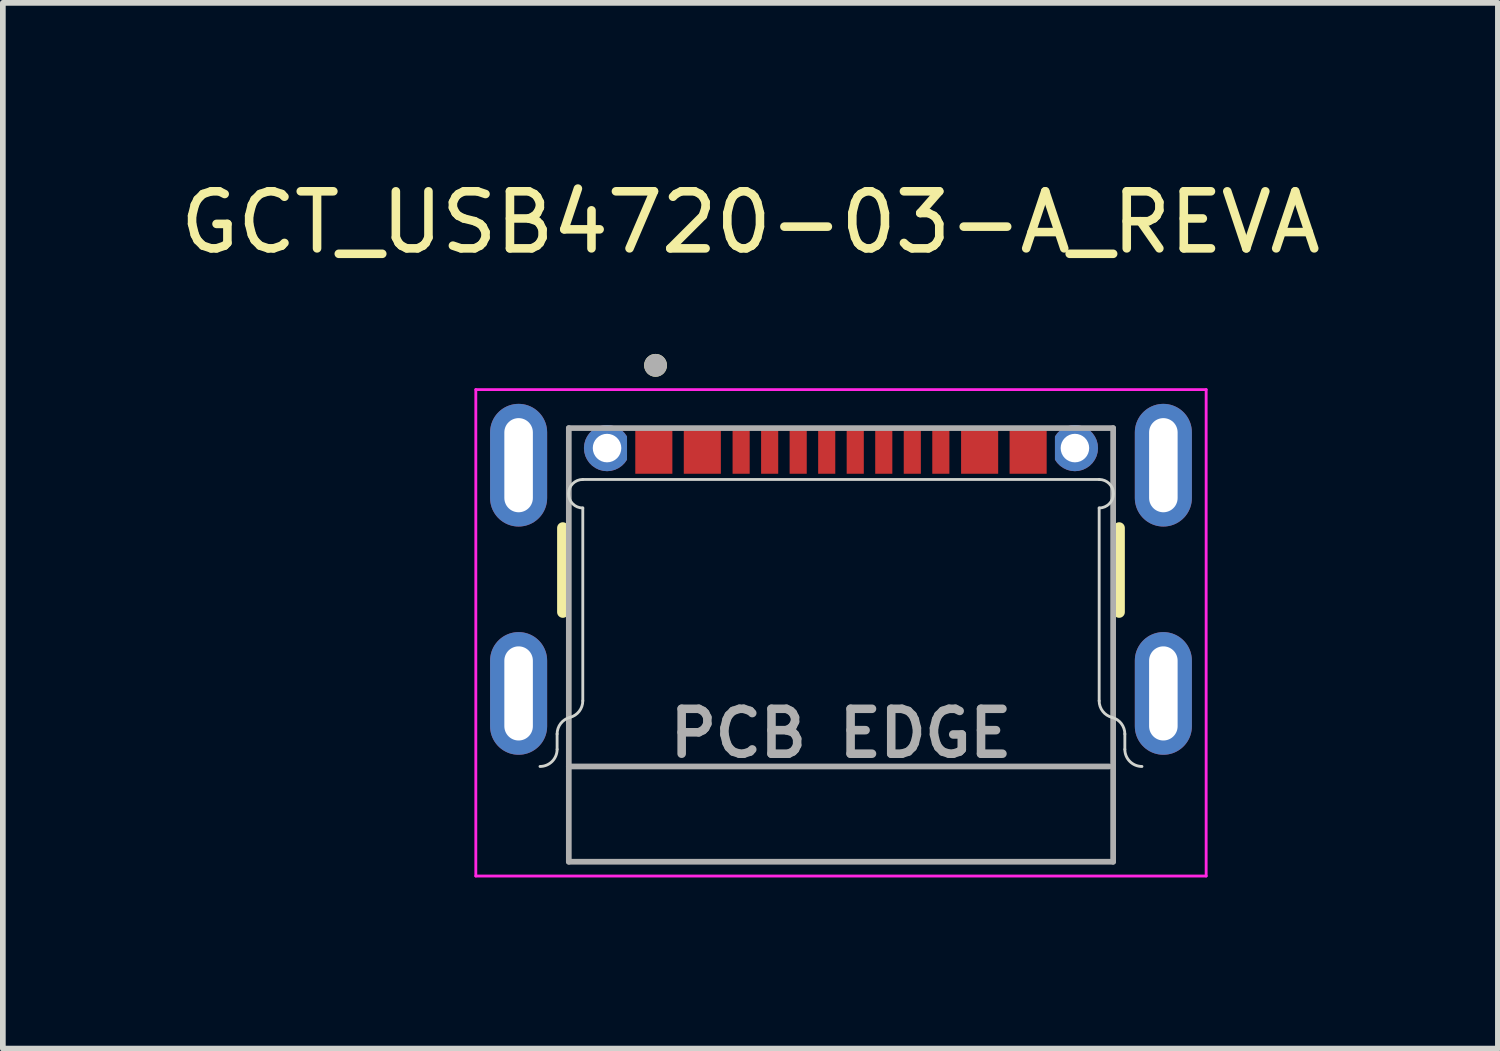
<source format=kicad_pcb>
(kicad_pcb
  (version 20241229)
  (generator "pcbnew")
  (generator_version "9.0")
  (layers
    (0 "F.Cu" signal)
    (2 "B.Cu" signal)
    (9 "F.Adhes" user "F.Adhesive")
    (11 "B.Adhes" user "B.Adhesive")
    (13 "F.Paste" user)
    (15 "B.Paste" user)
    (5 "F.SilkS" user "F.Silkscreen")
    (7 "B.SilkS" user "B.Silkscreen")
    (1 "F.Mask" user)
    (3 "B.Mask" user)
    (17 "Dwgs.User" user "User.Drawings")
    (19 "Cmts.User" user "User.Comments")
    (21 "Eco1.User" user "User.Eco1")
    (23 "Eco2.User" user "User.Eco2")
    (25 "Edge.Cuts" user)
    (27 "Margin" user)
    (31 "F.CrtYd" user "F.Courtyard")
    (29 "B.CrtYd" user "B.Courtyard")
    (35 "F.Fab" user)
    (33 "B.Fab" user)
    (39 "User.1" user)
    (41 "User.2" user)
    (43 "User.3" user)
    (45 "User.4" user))
  (footprint "GCT_USB4720-03-A_REVA"
    (layer "F.Cu")
    (at 11.689 10.383)
    (property "Reference" "GCT_USB4720-03-A_REVA" (at -1.587 -9.535 0) (layer "F.SilkS") (effects (font (size 1 1) (thickness 0.15))))
    (attr smd)
    (fp_poly (pts (xy -3.655 -5.98) (xy -2.905 -5.98) (xy -2.905 -5.08) (xy -3.655 -5.08)) (stroke (width 0.01) (type solid)) (fill yes) (layer "F.Mask"))
    (fp_poly (pts (xy -2.805 -5.98) (xy -2.055 -5.98) (xy -2.055 -5.08) (xy -2.805 -5.08)) (stroke (width 0.01) (type solid)) (fill yes) (layer "F.Mask"))
    (fp_poly (pts (xy -1.95 -5.98) (xy -1.55 -5.98) (xy -1.55 -5.08) (xy -1.95 -5.08)) (stroke (width 0.01) (type solid)) (fill yes) (layer "F.Mask"))
    (fp_poly (pts (xy -1.45 -5.98) (xy -1.05 -5.98) (xy -1.05 -5.08) (xy -1.45 -5.08)) (stroke (width 0.01) (type solid)) (fill yes) (layer "F.Mask"))
    (fp_poly (pts (xy -0.95 -5.98) (xy -0.55 -5.98) (xy -0.55 -5.08) (xy -0.95 -5.08)) (stroke (width 0.01) (type solid)) (fill yes) (layer "F.Mask"))
    (fp_poly (pts (xy -0.45 -5.98) (xy -0.05 -5.98) (xy -0.05 -5.08) (xy -0.45 -5.08)) (stroke (width 0.01) (type solid)) (fill yes) (layer "F.Mask"))
    (fp_poly (pts (xy 0.05 -5.98) (xy 0.45 -5.98) (xy 0.45 -5.08) (xy 0.05 -5.08)) (stroke (width 0.01) (type solid)) (fill yes) (layer "F.Mask"))
    (fp_poly (pts (xy 0.55 -5.98) (xy 0.95 -5.98) (xy 0.95 -5.08) (xy 0.55 -5.08)) (stroke (width 0.01) (type solid)) (fill yes) (layer "F.Mask"))
    (fp_poly (pts (xy 1.05 -5.98) (xy 1.45 -5.98) (xy 1.45 -5.08) (xy 1.05 -5.08)) (stroke (width 0.01) (type solid)) (fill yes) (layer "F.Mask"))
    (fp_poly (pts (xy 1.55 -5.98) (xy 1.95 -5.98) (xy 1.95 -5.08) (xy 1.55 -5.08)) (stroke (width 0.01) (type solid)) (fill yes) (layer "F.Mask"))
    (fp_poly (pts (xy 2.055 -5.98) (xy 2.805 -5.98) (xy 2.805 -5.08) (xy 2.055 -5.08)) (stroke (width 0.01) (type solid)) (fill yes) (layer "F.Mask"))
    (fp_poly (pts (xy 2.905 -5.98) (xy 3.655 -5.98) (xy 3.655 -5.08) (xy 2.905 -5.08)) (stroke (width 0.01) (type solid)) (fill yes) (layer "F.Mask"))
    (fp_poly (pts (xy -3.705 -5.364) (xy -3.705 -5.796) (xy -3.751 -5.864) (xy -3.806 -5.92) (xy -3.87 -5.967) (xy -3.941 -6.001) (xy -4.017 -6.022) (xy -4.095 -6.03) (xy -4.174 -6.024) (xy -4.25 -6.004) (xy -4.322 -5.971) (xy -4.387 -5.926) (xy -4.443 -5.871) (xy -4.489 -5.806) (xy -4.523 -5.735) (xy -4.543 -5.659) (xy -4.55 -5.58) (xy -4.543 -5.501) (xy -4.523 -5.425) (xy -4.489 -5.354) (xy -4.443 -5.289) (xy -4.387 -5.234) (xy -4.322 -5.189) (xy -4.25 -5.156) (xy -4.174 -5.136) (xy -4.095 -5.13) (xy -4.017 -5.138) (xy -3.941 -5.159) (xy -3.87 -5.193) (xy -3.806 -5.24) (xy -3.751 -5.296) (xy -3.705 -5.364) (xy -3.705 -5.364)) (stroke (width 0.01) (type solid)) (fill yes) (layer "F.Mask"))
    (fp_poly (pts (xy 3.705 -5.364) (xy 3.705 -5.796) (xy 3.751 -5.864) (xy 3.806 -5.92) (xy 3.87 -5.967) (xy 3.941 -6.001) (xy 4.017 -6.022) (xy 4.095 -6.03) (xy 4.174 -6.024) (xy 4.25 -6.004) (xy 4.322 -5.971) (xy 4.387 -5.926) (xy 4.443 -5.871) (xy 4.489 -5.806) (xy 4.523 -5.735) (xy 4.543 -5.659) (xy 4.55 -5.58) (xy 4.543 -5.501) (xy 4.523 -5.425) (xy 4.489 -5.354) (xy 4.443 -5.289) (xy 4.387 -5.234) (xy 4.322 -5.189) (xy 4.25 -5.156) (xy 4.174 -5.136) (xy 4.095 -5.13) (xy 4.017 -5.138) (xy 3.941 -5.159) (xy 3.87 -5.193) (xy 3.806 -5.24) (xy 3.751 -5.296) (xy 3.705 -5.364) (xy 3.705 -5.364)) (stroke (width 0.01) (type solid)) (fill yes) (layer "F.Mask"))
    (fp_poly (pts (xy -3.705 -5.364) (xy -3.705 -5.796) (xy -3.751 -5.864) (xy -3.806 -5.92) (xy -3.87 -5.967) (xy -3.941 -6.001) (xy -4.017 -6.022) (xy -4.095 -6.03) (xy -4.174 -6.024) (xy -4.25 -6.004) (xy -4.322 -5.971) (xy -4.387 -5.926) (xy -4.443 -5.871) (xy -4.489 -5.806) (xy -4.523 -5.735) (xy -4.543 -5.659) (xy -4.55 -5.58) (xy -4.543 -5.501) (xy -4.523 -5.425) (xy -4.489 -5.354) (xy -4.443 -5.289) (xy -4.387 -5.234) (xy -4.322 -5.189) (xy -4.25 -5.156) (xy -4.174 -5.136) (xy -4.095 -5.13) (xy -4.017 -5.138) (xy -3.941 -5.159) (xy -3.87 -5.193) (xy -3.806 -5.24) (xy -3.751 -5.296) (xy -3.705 -5.364) (xy -3.705 -5.364)) (stroke (width 0.01) (type solid)) (fill yes) (layer "B.Mask"))
    (fp_poly (pts (xy 3.705 -5.364) (xy 3.705 -5.796) (xy 3.751 -5.864) (xy 3.806 -5.92) (xy 3.87 -5.967) (xy 3.941 -6.001) (xy 4.017 -6.022) (xy 4.095 -6.03) (xy 4.174 -6.024) (xy 4.25 -6.004) (xy 4.322 -5.971) (xy 4.387 -5.926) (xy 4.443 -5.871) (xy 4.489 -5.806) (xy 4.523 -5.735) (xy 4.543 -5.659) (xy 4.55 -5.58) (xy 4.543 -5.501) (xy 4.523 -5.425) (xy 4.489 -5.354) (xy 4.443 -5.289) (xy 4.387 -5.234) (xy 4.322 -5.189) (xy 4.25 -5.156) (xy 4.174 -5.136) (xy 4.095 -5.13) (xy 4.017 -5.138) (xy 3.941 -5.159) (xy 3.87 -5.193) (xy 3.806 -5.24) (xy 3.751 -5.296) (xy 3.705 -5.364) (xy 3.705 -5.364)) (stroke (width 0.01) (type solid)) (fill yes) (layer "B.Mask"))
    (fp_line (start -4.875 -2.705) (end -4.875 -4.18) (stroke (width 0.2) (type solid)) (layer "F.SilkS"))
    (fp_line (start 4.875 -2.705) (end 4.875 -4.18) (stroke (width 0.2) (type solid)) (layer "F.SilkS"))
    (fp_circle (center -3.25 -7.03) (end -3.15 -7.03) (stroke (width 0.2) (type solid)) (fill no) (layer "F.SilkS"))
    (fp_line (start -4.975 -0.569) (end -4.975 -0.3) (stroke (width 0.05) (type solid)) (layer "Edge.Cuts"))
    (fp_line (start -4.525 -4.53) (end -4.525 -1.15) (stroke (width 0.05) (type solid)) (layer "Edge.Cuts"))
    (fp_line (start 4.525 -5.03) (end -4.525 -5.03) (stroke (width 0.05) (type solid)) (layer "Edge.Cuts"))
    (fp_line (start 4.525 -1.15) (end 4.525 -4.53) (stroke (width 0.05) (type solid)) (layer "Edge.Cuts"))
    (fp_line (start 4.975 -0.3) (end 4.975 -0.569) (stroke (width 0.05) (type solid)) (layer "Edge.Cuts"))
    (fp_arc (start -4.975 -0.569) (mid -4.912261 -0.752976) (end -4.749999 -0.86) (stroke (width 0.05) (type solid)) (layer "Edge.Cuts"))
    (fp_arc (start -4.975 -0.3) (mid -5.062868 -0.087868) (end -5.275 0) (stroke (width 0.05) (type solid)) (layer "Edge.Cuts"))
    (fp_arc (start -4.525 -4.53) (mid -4.775 -4.78) (end -4.525 -5.03) (stroke (width 0.05) (type solid)) (layer "Edge.Cuts"))
    (fp_arc (start -4.525 -1.15) (mid -4.587911 -0.966526) (end -4.75 -0.86) (stroke (width 0.05) (type solid)) (layer "Edge.Cuts"))
    (fp_arc (start 4.525 -5.03) (mid 4.775 -4.78) (end 4.525 -4.53) (stroke (width 0.05) (type solid)) (layer "Edge.Cuts"))
    (fp_arc (start 4.75 -0.86) (mid 4.58791 -0.966525) (end 4.525 -1.15) (stroke (width 0.05) (type solid)) (layer "Edge.Cuts"))
    (fp_arc (start 4.75 -0.86) (mid 4.912261 -0.752975) (end 4.974999 -0.569) (stroke (width 0.05) (type solid)) (layer "Edge.Cuts"))
    (fp_arc (start 5.275 0) (mid 5.062868 -0.087868) (end 4.975 -0.3) (stroke (width 0.05) (type solid)) (layer "Edge.Cuts"))
    (fp_line (start -6.4 -6.605) (end 6.4 -6.605) (stroke (width 0.05) (type solid)) (layer "F.CrtYd"))
    (fp_line (start -6.4 1.92) (end -6.4 -6.605) (stroke (width 0.05) (type solid)) (layer "F.CrtYd"))
    (fp_line (start 6.4 -6.605) (end 6.4 1.92) (stroke (width 0.05) (type solid)) (layer "F.CrtYd"))
    (fp_line (start 6.4 1.92) (end -6.4 1.92) (stroke (width 0.05) (type solid)) (layer "F.CrtYd"))
    (fp_line (start -4.77 -5.93) (end 4.77 -5.93) (stroke (width 0.1) (type solid)) (layer "F.Fab"))
    (fp_line (start -4.77 0) (end -4.77 -5.93) (stroke (width 0.1) (type solid)) (layer "F.Fab"))
    (fp_line (start -4.77 0) (end 4.7 0) (stroke (width 0.1) (type solid)) (layer "F.Fab"))
    (fp_line (start -4.77 1.67) (end -4.77 0) (stroke (width 0.1) (type solid)) (layer "F.Fab"))
    (fp_line (start 4.77 -5.93) (end 4.77 1.67) (stroke (width 0.1) (type solid)) (layer "F.Fab"))
    (fp_line (start 4.77 1.67) (end -4.77 1.67) (stroke (width 0.1) (type solid)) (layer "F.Fab"))
    (fp_circle (center -3.25 -7.03) (end -3.15 -7.03) (stroke (width 0.2) (type solid)) (fill no) (layer "F.Fab"))
    (fp_text user "PCB EDGE" (at 0 -0.58 0) (layer "F.Fab") (effects (font (size 0.787 0.787) (thickness 0.15))))
    (pad "A1" smd rect (at -3.28 -5.53) (size 0.65 0.8) (layers "F.Cu" "F.Paste"))
    (pad "A1" smd rect (at 3.28 -5.53) (size 0.65 0.8) (layers "F.Cu" "F.Paste"))
    (pad "A4" smd rect (at -2.43 -5.53) (size 0.65 0.8) (layers "F.Cu" "F.Paste"))
    (pad "A4" smd rect (at 2.43 -5.53) (size 0.65 0.8) (layers "F.Cu" "F.Paste"))
    (pad "A5" smd rect (at -1.25 -5.53) (size 0.3 0.8) (layers "F.Cu" "F.Paste"))
    (pad "A6" smd rect (at -0.25 -5.53) (size 0.3 0.8) (layers "F.Cu" "F.Paste"))
    (pad "A7" smd rect (at 0.25 -5.53) (size 0.3 0.8) (layers "F.Cu" "F.Paste"))
    (pad "A8" smd rect (at 1.25 -5.53) (size 0.3 0.8) (layers "F.Cu" "F.Paste"))
    (pad "B5" smd rect (at 1.75 -5.53) (size 0.3 0.8) (layers "F.Cu" "F.Paste"))
    (pad "B6" smd rect (at 0.75 -5.53) (size 0.3 0.8) (layers "F.Cu" "F.Paste"))
    (pad "B7" smd rect (at -0.75 -5.53) (size 0.3 0.8) (layers "F.Cu" "F.Paste"))
    (pad "B8" smd rect (at -1.75 -5.53) (size 0.3 0.8) (layers "F.Cu" "F.Paste"))
    (pad "S1" thru_hole oval (at -5.65 -5.28) (size 1 2.15) (drill oval 0.5 1.65) (layers "*.Cu" "*.Mask"))
    (pad "S1" thru_hole oval (at -5.65 -1.28) (size 1 2.15) (drill oval 0.5 1.65) (layers "*.Cu" "*.Mask"))
    (pad "S1" thru_hole custom (at -4.1 -5.58) (size 0.69 0.69) (drill 0.5) (layers "*.Cu") (options (anchor circle)) (primitives (gr_poly (pts (xy 0.345 0.202) (xy 0.345 -0.202) (xy 0.306 -0.257) (xy 0.257 -0.306) (xy 0.2 -0.346) (xy 0.137 -0.376) (xy 0.069 -0.394) (xy 0 -0.4) (xy -0.069 -0.394) (xy -0.137 -0.376) (xy -0.2 -0.346) (xy -0.257 -0.306) (xy -0.306 -0.257) (xy -0.346 -0.2) (xy -0.376 -0.137) (xy -0.394 -0.069) (xy -0.4 0) (xy -0.394 0.069) (xy -0.376 0.137) (xy -0.346 0.2) (xy -0.306 0.257) (xy -0.257 0.306) (xy -0.2 0.346) (xy -0.137 0.376) (xy -0.069 0.394) (xy 0 0.4) (xy 0.069 0.394) (xy 0.137 0.376) (xy 0.2 0.346) (xy 0.257 0.306) (xy 0.306 0.257) (xy 0.345 0.202) (xy 0.345 0.202)) (width 0.01) (fill yes))))
    (pad "S1" thru_hole custom (at 4.1 -5.58) (size 0.69 0.69) (drill 0.5) (layers "*.Cu") (options (anchor circle)) (primitives (gr_poly (pts (xy -0.345 0.202) (xy -0.345 -0.202) (xy -0.306 -0.257) (xy -0.257 -0.306) (xy -0.2 -0.346) (xy -0.137 -0.376) (xy -0.069 -0.394) (xy 0 -0.4) (xy 0.069 -0.394) (xy 0.137 -0.376) (xy 0.2 -0.346) (xy 0.257 -0.306) (xy 0.306 -0.257) (xy 0.346 -0.2) (xy 0.376 -0.137) (xy 0.394 -0.069) (xy 0.4 0) (xy 0.394 0.069) (xy 0.376 0.137) (xy 0.346 0.2) (xy 0.306 0.257) (xy 0.257 0.306) (xy 0.2 0.346) (xy 0.137 0.376) (xy 0.069 0.394) (xy 0 0.4) (xy -0.069 0.394) (xy -0.137 0.376) (xy -0.2 0.346) (xy -0.257 0.306) (xy -0.306 0.257) (xy -0.345 0.202) (xy -0.345 0.202)) (width 0.01) (fill yes))))
    (pad "S1" thru_hole oval (at 5.65 -5.28) (size 1 2.15) (drill oval 0.5 1.65) (layers "*.Cu" "*.Mask"))
    (pad "S1" thru_hole oval (at 5.65 -1.28) (size 1 2.15) (drill oval 0.5 1.65) (layers "*.Cu" "*.Mask")))
  (gr_rect
    (start -3 -3)
    (end 23.202 15.328)
    (stroke (width 0.1) (type default))
    (fill no)
    (layer "Edge.Cuts")))
</source>
